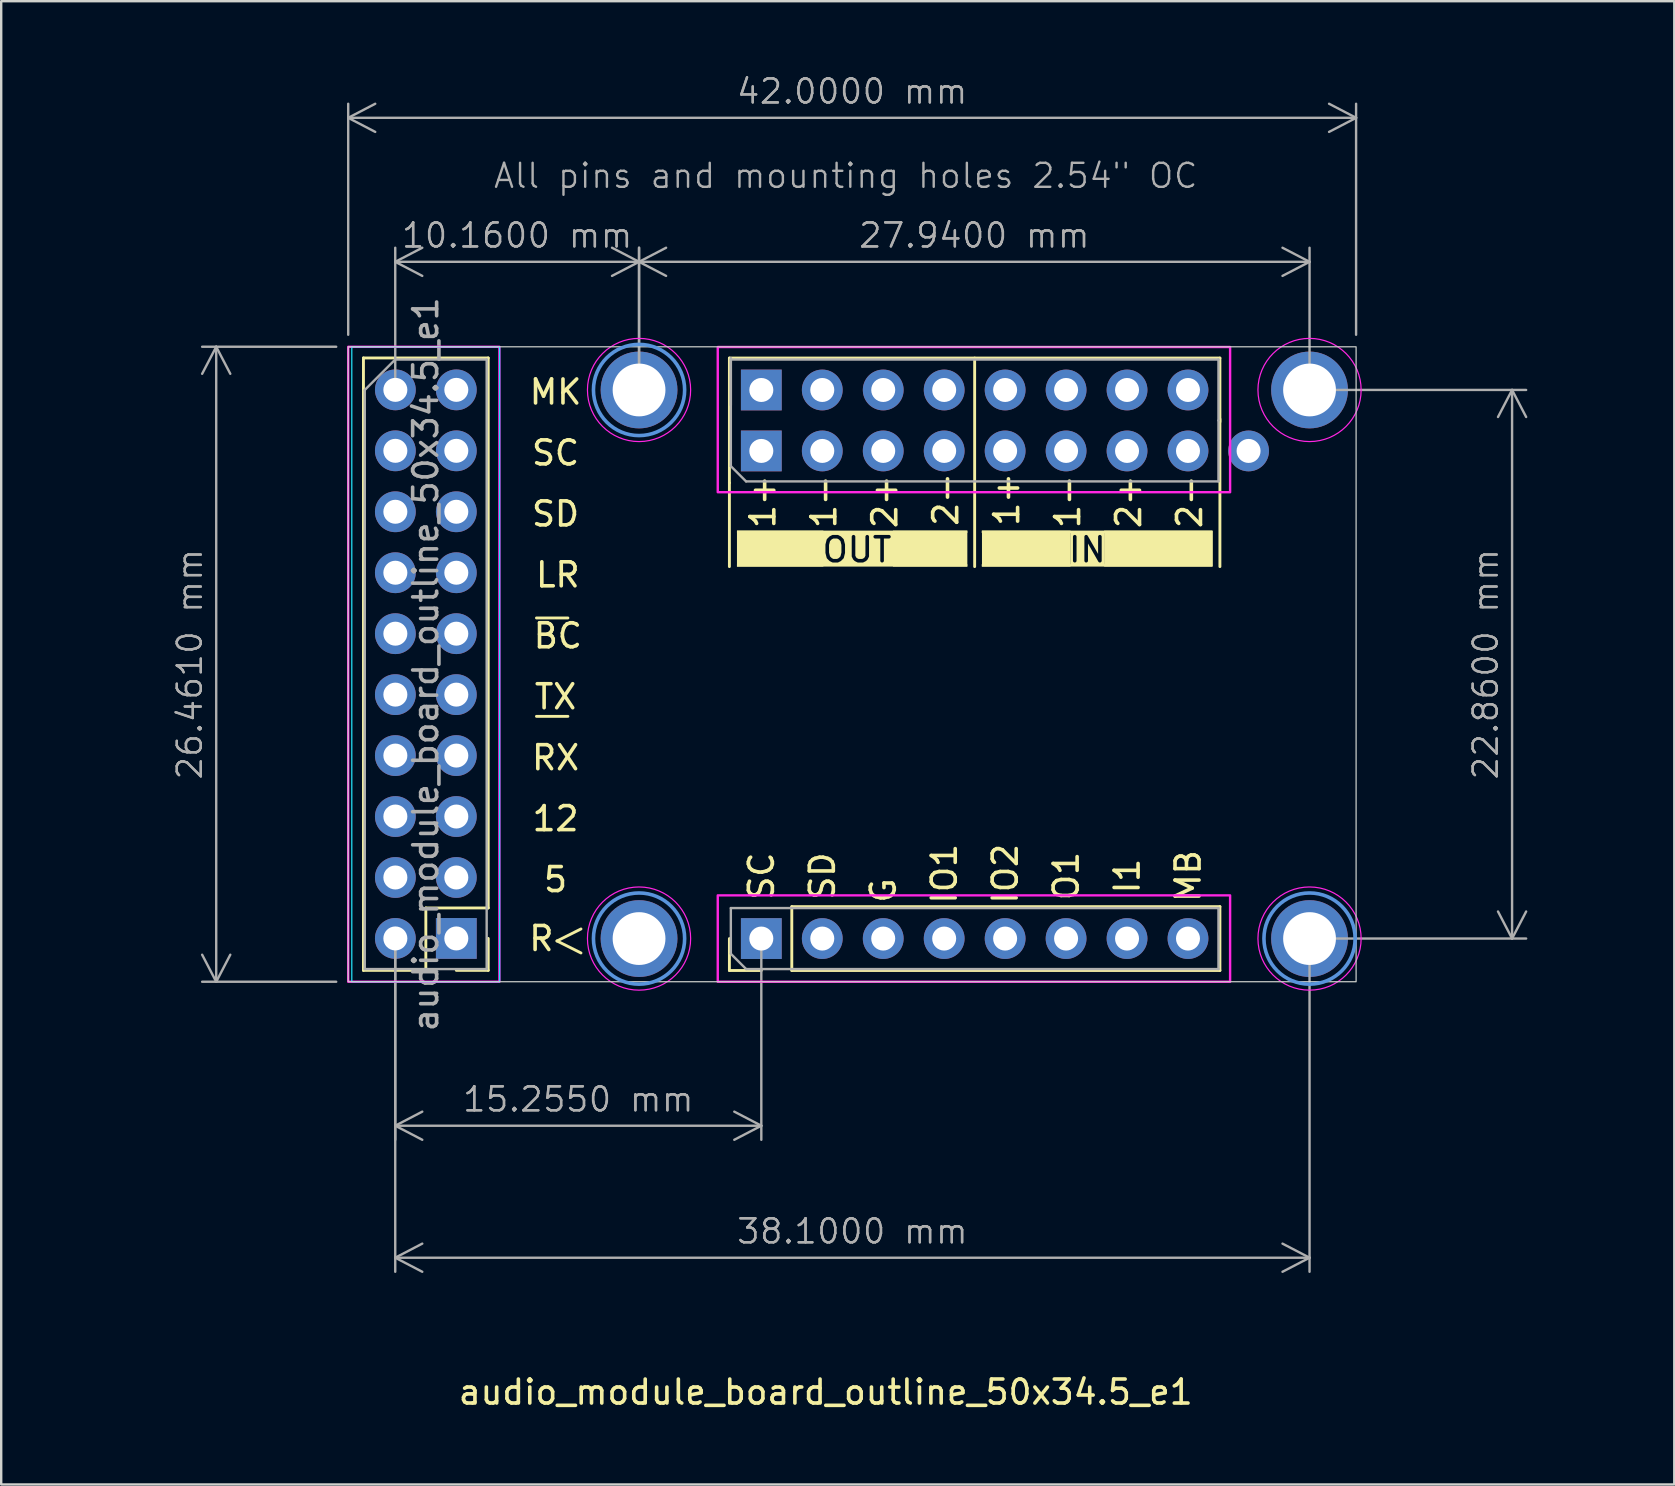
<source format=kicad_pcb>
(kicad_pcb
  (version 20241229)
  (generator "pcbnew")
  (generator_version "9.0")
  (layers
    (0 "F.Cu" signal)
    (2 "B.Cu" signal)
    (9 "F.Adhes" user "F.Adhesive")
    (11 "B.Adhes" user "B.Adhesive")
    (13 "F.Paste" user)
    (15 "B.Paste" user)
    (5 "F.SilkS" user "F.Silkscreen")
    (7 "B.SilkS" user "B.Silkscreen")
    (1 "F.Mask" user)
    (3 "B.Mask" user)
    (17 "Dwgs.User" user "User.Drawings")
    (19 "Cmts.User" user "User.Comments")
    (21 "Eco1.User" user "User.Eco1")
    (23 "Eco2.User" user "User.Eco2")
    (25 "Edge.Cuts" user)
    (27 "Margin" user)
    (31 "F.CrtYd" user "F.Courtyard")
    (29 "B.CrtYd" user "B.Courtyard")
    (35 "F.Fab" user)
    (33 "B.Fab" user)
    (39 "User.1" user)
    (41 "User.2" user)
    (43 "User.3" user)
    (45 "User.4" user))
  (footprint "audio_module_board_outline_50x34.5_e1"
    (layer "F.Cu")
    (at 11.46 37.861)
    (property "Reference" "audio_module_board_outline_50x34.5_e1" (at 19.9 17.1 180) (layer "F.SilkS") (effects (font (size 1 1) (thickness 0.15))))
    (attr through_hole exclude_from_bom)
    (fp_line (start 0.635 -0.475) (end 0.635 -25.995) (stroke (width 0.12) (type solid)) (layer "F.SilkS"))
    (fp_line (start 3.235 -3.075) (end 3.235 -0.475) (stroke (width 0.12) (type solid)) (layer "F.SilkS"))
    (fp_line (start 3.235 -0.475) (end 0.635 -0.475) (stroke (width 0.12) (type solid)) (layer "F.SilkS"))
    (fp_line (start 5.835 -25.995) (end 0.635 -25.995) (stroke (width 0.12) (type solid)) (layer "F.SilkS"))
    (fp_line (start 5.835 -3.075) (end 3.235 -3.075) (stroke (width 0.12) (type solid)) (layer "F.SilkS"))
    (fp_line (start 5.835 -3.075) (end 5.835 -25.995) (stroke (width 0.12) (type solid)) (layer "F.SilkS"))
    (fp_line (start 5.835 -1.805) (end 5.835 -0.475) (stroke (width 0.12) (type solid)) (layer "F.SilkS"))
    (fp_line (start 5.835 -0.475) (end 4.505 -0.475) (stroke (width 0.12) (type solid)) (layer "F.SilkS"))
    (fp_line (start 7.845 -15.16) (end 9.155 -15.16) (stroke (width 0.12) (type solid)) (layer "F.SilkS"))
    (fp_line (start 8.7 -1.7) (end 9.7 -1.2) (stroke (width 0.12) (type solid)) (layer "F.SilkS"))
    (fp_line (start 9.155 -11.06) (end 7.845 -11.06) (stroke (width 0.12) (type solid)) (layer "F.SilkS"))
    (fp_line (start 9.7 -2.2) (end 8.7 -1.7) (stroke (width 0.12) (type solid)) (layer "F.SilkS"))
    (fp_line (start 15.885 -25.99) (end 36.325 -25.99) (stroke (width 0.12) (type solid)) (layer "F.SilkS"))
    (fp_line (start 15.885 -20.79) (end 15.885 -25.99) (stroke (width 0.12) (type solid)) (layer "F.SilkS"))
    (fp_line (start 15.885 -20.79) (end 15.885 -17.3) (stroke (width 0.12) (type solid)) (layer "F.SilkS"))
    (fp_line (start 15.885 -0.47) (end 15.885 -1.8) (stroke (width 0.12) (type solid)) (layer "F.SilkS"))
    (fp_line (start 17.215 -0.47) (end 15.885 -0.47) (stroke (width 0.12) (type solid)) (layer "F.SilkS"))
    (fp_line (start 18.485 -3.13) (end 36.325 -3.13) (stroke (width 0.12) (type solid)) (layer "F.SilkS"))
    (fp_line (start 18.485 -0.47) (end 18.485 -3.13) (stroke (width 0.12) (type solid)) (layer "F.SilkS"))
    (fp_line (start 18.485 -0.47) (end 36.325 -0.47) (stroke (width 0.12) (type solid)) (layer "F.SilkS"))
    (fp_line (start 26.105 -25.99) (end 26.105 -17.3) (stroke (width 0.12) (type solid)) (layer "F.SilkS"))
    (fp_line (start 36.325 -23.33) (end 36.325 -25.99) (stroke (width 0.12) (type solid)) (layer "F.SilkS"))
    (fp_line (start 36.325 -17.3) (end 36.325 -23.45) (stroke (width 0.12) (type solid)) (layer "F.SilkS"))
    (fp_line (start 36.325 -0.47) (end 36.325 -3.13) (stroke (width 0.12) (type solid)) (layer "F.SilkS"))
    (fp_rect (start 16.2 -18.8) (end 19.8 -17.3) (stroke (width 0) (type solid)) (fill yes) (layer "F.SilkS"))
    (fp_rect (start 16.2 -18.8) (end 25.8 -18.7) (stroke (width 0) (type solid)) (fill yes) (layer "F.SilkS"))
    (fp_rect (start 16.2 -17.4) (end 25.8 -17.3) (stroke (width 0) (type solid)) (fill yes) (layer "F.SilkS"))
    (fp_rect (start 22.7 -18.8) (end 25.8 -17.3) (stroke (width 0) (type solid)) (fill yes) (layer "F.SilkS"))
    (fp_rect (start 26.4 -18.8) (end 36 -18.7) (stroke (width 0) (type solid)) (fill yes) (layer "F.SilkS"))
    (fp_rect (start 26.4 -17.4) (end 36 -17.3) (stroke (width 0) (type solid)) (fill yes) (layer "F.SilkS"))
    (fp_rect (start 26.41 -18.8) (end 30.1 -17.3) (stroke (width 0) (type solid)) (fill yes) (layer "F.SilkS"))
    (fp_rect (start 31.5 -18.8) (end 36.03 -17.3) (stroke (width 0) (type solid)) (fill yes) (layer "F.SilkS"))
    (fp_circle (center 12.12 -24.66) (end 14.02 -24.66) (stroke (width 0.15) (type solid)) (fill no) (layer "Cmts.User"))
    (fp_circle (center 12.12 -1.8) (end 14.02 -1.8) (stroke (width 0.15) (type solid)) (fill no) (layer "Cmts.User"))
    (fp_circle (center 40.06 -1.8) (end 41.96 -1.8) (stroke (width 0.15) (type solid)) (fill no) (layer "Cmts.User"))
    (fp_rect (start 0 -26.46) (end 42 0) (stroke (width 0.05) (type default)) (fill no) (layer "Edge.Cuts"))
    (fp_rect (start 0.15 -26.46) (end 6.31 0) (stroke (width 0.05) (type default)) (fill no) (layer "B.CrtYd"))
    (fp_rect (start 0 -26.46) (end 6.3 0) (stroke (width 0.1) (type solid)) (fill no) (layer "F.CrtYd"))
    (fp_rect (start 15.4 -26.45) (end 36.75 -20.4) (stroke (width 0.1) (type solid)) (fill no) (layer "F.CrtYd"))
    (fp_rect (start 15.4 -3.6) (end 36.75 0) (stroke (width 0.1) (type solid)) (fill no) (layer "F.CrtYd"))
    (fp_circle (center 12.12 -24.66) (end 14.27 -24.66) (stroke (width 0.05) (type solid)) (fill no) (layer "F.CrtYd"))
    (fp_circle (center 12.12 -1.8) (end 14.27 -1.8) (stroke (width 0.05) (type solid)) (fill no) (layer "F.CrtYd"))
    (fp_circle (center 40.06 -24.66) (end 42.21 -24.66) (stroke (width 0.05) (type solid)) (fill no) (layer "F.CrtYd"))
    (fp_circle (center 40.06 -1.8) (end 42.21 -1.8) (stroke (width 0.05) (type solid)) (fill no) (layer "F.CrtYd"))
    (fp_line (start 0.69 -24.66) (end 1.96 -25.93) (stroke (width 0.1) (type solid)) (layer "F.Fab"))
    (fp_line (start 0.69 -0.53) (end 0.69 -24.66) (stroke (width 0.1) (type solid)) (layer "F.Fab"))
    (fp_line (start 1.96 -25.93) (end 5.77 -25.93) (stroke (width 0.1) (type solid)) (layer "F.Fab"))
    (fp_line (start 5.77 -25.93) (end 5.77 -0.53) (stroke (width 0.1) (type solid)) (layer "F.Fab"))
    (fp_line (start 5.77 -0.53) (end 0.69 -0.53) (stroke (width 0.1) (type solid)) (layer "F.Fab"))
    (fp_line (start 15.945 -25.93) (end 36.265 -25.93) (stroke (width 0.1) (type solid)) (layer "F.Fab"))
    (fp_line (start 15.945 -24.025) (end 15.945 -25.93) (stroke (width 0.1) (type solid)) (layer "F.Fab"))
    (fp_line (start 15.945 -21.485) (end 15.945 -25.99) (stroke (width 0.1) (type solid)) (layer "F.Fab"))
    (fp_line (start 15.945 -3.07) (end 36.265 -3.07) (stroke (width 0.1) (type solid)) (layer "F.Fab"))
    (fp_line (start 15.945 -1.165) (end 15.945 -3.07) (stroke (width 0.1) (type solid)) (layer "F.Fab"))
    (fp_line (start 16.58 -20.85) (end 15.945 -21.485) (stroke (width 0.1) (type solid)) (layer "F.Fab"))
    (fp_line (start 16.58 -0.53) (end 15.945 -1.165) (stroke (width 0.1) (type solid)) (layer "F.Fab"))
    (fp_line (start 36.265 -25.93) (end 36.265 -23.39) (stroke (width 0.1) (type solid)) (layer "F.Fab"))
    (fp_line (start 36.265 -23.39) (end 36.265 -20.85) (stroke (width 0.1) (type solid)) (layer "F.Fab"))
    (fp_line (start 36.265 -20.85) (end 16.58 -20.85) (stroke (width 0.1) (type solid)) (layer "F.Fab"))
    (fp_line (start 36.265 -3.07) (end 36.265 -0.53) (stroke (width 0.1) (type solid)) (layer "F.Fab"))
    (fp_line (start 36.265 -0.53) (end 16.58 -0.53) (stroke (width 0.1) (type solid)) (layer "F.Fab"))
    (fp_text user "MB" (at 35 -4.405 90) (unlocked yes) (layer "F.SilkS") (effects (font (size 1 1) (thickness 0.15))))
    (fp_text user "I1" (at 32.46 -4.405 90) (unlocked yes) (layer "F.SilkS") (effects (font (size 1 1) (thickness 0.15))))
    (fp_text user "IO2" (at 27.38 -4.5 90) (unlocked yes) (layer "F.SilkS") (effects (font (size 1 1) (thickness 0.15))))
    (fp_text user "SD" (at 8.64 -19.495 0) (unlocked yes) (layer "F.SilkS") (effects (font (size 1 1) (thickness 0.15))))
    (fp_text user "2-" (at 35.06 -20.005 90) (unlocked yes) (layer "F.SilkS") (effects (font (size 1 1) (thickness 0.15))))
    (fp_text user "2+" (at 32.52 -20.005 90) (unlocked yes) (layer "F.SilkS") (effects (font (size 1 1) (thickness 0.15))))
    (fp_text user "RX" (at 8.64 -9.335 0) (unlocked yes) (layer "F.SilkS") (effects (font (size 1 1) (thickness 0.15))))
    (fp_text user "TX" (at 8.64 -11.875 0) (unlocked yes) (layer "F.SilkS") (effects (font (size 1 1) (thickness 0.15))))
    (fp_text user "SD" (at 19.76 -4.405 90) (unlocked yes) (layer "F.SilkS") (effects (font (size 1 1) (thickness 0.15))))
    (fp_text user "1+" (at 27.44 -20.1 90) (unlocked yes) (layer "F.SilkS") (effects (font (size 1 1) (thickness 0.15))))
    (fp_text user "LR" (at 8.735 -16.955 0) (unlocked yes) (layer "F.SilkS") (effects (font (size 1 1) (thickness 0.15))))
    (fp_text user "2+" (at 22.36 -20.005 90) (unlocked yes) (layer "F.SilkS") (effects (font (size 1 1) (thickness 0.15))))
    (fp_text user "IO1" (at 24.84 -4.5 90) (unlocked yes) (layer "F.SilkS") (effects (font (size 1 1) (thickness 0.15))))
    (fp_text user "MK" (at 8.64 -24.575 0) (unlocked yes) (layer "F.SilkS") (effects (font (size 1 1) (thickness 0.15))))
    (fp_text user "OUT" (at 21.2 -18 0) (unlocked yes) (layer "F.SilkS" knockout) (effects (font (size 1 1) (thickness 0.15))))
    (fp_text user "G" (at 22.3 -3.805 90) (unlocked yes) (layer "F.SilkS") (effects (font (size 1 1) (thickness 0.15))))
    (fp_text user "1-" (at 29.98 -20.005 90) (unlocked yes) (layer "F.SilkS") (effects (font (size 1 1) (thickness 0.15))))
    (fp_text user "SC" (at 8.64 -22.035 0) (unlocked yes) (layer "F.SilkS") (effects (font (size 1 1) (thickness 0.15))))
    (fp_text user "O1" (at 29.92 -4.405 90) (unlocked yes) (layer "F.SilkS") (effects (font (size 1 1) (thickness 0.15))))
    (fp_text user "R" (at 8.05 -1.8 0) (unlocked yes) (layer "F.SilkS") (effects (font (size 1 1) (thickness 0.15))))
    (fp_text user "SC" (at 17.22 -4.405 90) (unlocked yes) (layer "F.SilkS") (effects (font (size 1 1) (thickness 0.15))))
    (fp_text user "IN" (at 30.8 -18 0) (unlocked yes) (layer "F.SilkS" knockout) (effects (font (size 1 1) (thickness 0.15))))
    (fp_text user "1-" (at 19.82 -20.005 90) (unlocked yes) (layer "F.SilkS") (effects (font (size 1 1) (thickness 0.15))))
    (fp_text user "2-" (at 24.9 -20.1 90) (unlocked yes) (layer "F.SilkS") (effects (font (size 1 1) (thickness 0.15))))
    (fp_text user "5" (at 8.64 -4.255 0) (unlocked yes) (layer "F.SilkS") (effects (font (size 1 1) (thickness 0.15))))
    (fp_text user "12" (at 8.64 -6.795 0) (unlocked yes) (layer "F.SilkS") (effects (font (size 1 1) (thickness 0.15))))
    (fp_text user "1+" (at 17.28 -20.005 90) (unlocked yes) (layer "F.SilkS") (effects (font (size 1 1) (thickness 0.15))))
    (fp_text user "BC" (at 8.735 -14.415 0) (unlocked yes) (layer "F.SilkS") (effects (font (size 1 1) (thickness 0.15))))
    (fp_text user "${REFERENCE}" (at 3.23 -13.23 90) (layer "F.Fab") (effects (font (size 1 1) (thickness 0.15))))
    (fp_text user "All pins and mounting holes 2.54\" OC" (at 6 -33 0) (unlocked yes) (layer "F.Fab") (effects (font (size 1 1) (thickness 0.1)) (justify left bottom)))
    (dimension (type orthogonal) (layer "F.Fab") (pts (xy 13.42 36.06) (xy 51.52 36.06)) (height 13.3) (orientation 0) (format (prefix "") (suffix "") (units 3) (units_format 1) (precision 4)) (style (thickness 0.1) (arrow_length 1.27) (text_position_mode 0) (arrow_direction outward) (extension_height 0.586) (extension_offset 0.5) (keep_text_aligned yes)) (gr_text "38.1000 mm" (at 32.47 48.261 0) (layer "F.Fab") (effects (font (size 1 1) (thickness 0.1)))))
    (dimension (type orthogonal) (layer "F.Fab") (pts (xy 11.46 11.4) (xy 53.46 11.4)) (height -9.54) (orientation 0) (format (prefix "") (suffix "") (units 3) (units_format 1) (precision 4)) (style (thickness 0.1) (arrow_length 1.27) (text_position_mode 0) (arrow_direction outward) (extension_height 0.586) (extension_offset 0.5) (keep_text_aligned yes)) (gr_text "42.0000 mm" (at 32.46 0.76 0) (layer "F.Fab") (effects (font (size 1 1) (thickness 0.1)))))
    (dimension (type orthogonal) (layer "F.Fab") (pts (xy 23.58 13.2) (xy 51.52 13.2)) (height -5.34) (orientation 0) (format (prefix "") (suffix "") (units 3) (units_format 1) (precision 4)) (style (thickness 0.1) (arrow_length 1.27) (text_position_mode 0) (arrow_direction outward) (extension_height 0.586) (extension_offset 0.5) (keep_text_aligned yes)) (gr_text "27.9400 mm" (at 37.55 6.761 0) (layer "F.Fab") (effects (font (size 1 1) (thickness 0.1)))))
    (dimension (type orthogonal) (layer "F.Fab") (pts (xy 51.52 13.2) (xy 51.52 36.06)) (height 8.44) (orientation 1) (format (prefix "") (suffix "") (units 3) (units_format 1) (precision 4)) (style (thickness 0.1) (arrow_length 1.27) (text_position_mode 0) (arrow_direction outward) (extension_height 0.586) (extension_offset 0.5) (keep_text_aligned yes)) (gr_text "22.8600 mm" (at 58.86 24.631 90) (layer "F.Fab") (effects (font (size 1 1) (thickness 0.1)))))
    (dimension (type orthogonal) (layer "F.Fab") (pts (xy 13.42 36.06) (xy 28.675 36.06)) (height 7.8) (orientation 0) (format (prefix "") (suffix "") (units 3) (units_format 1) (precision 4)) (style (thickness 0.1) (arrow_length 1.27) (text_position_mode 0) (arrow_direction outward) (extension_height 0.586) (extension_offset 0.5) (keep_text_aligned yes)) (gr_text "15.2550 mm" (at 21.047 42.761 0) (layer "F.Fab") (effects (font (size 1 1) (thickness 0.1)))))
    (dimension (type orthogonal) (layer "F.Fab") (pts (xy 11.46 11.4) (xy 11.46 37.861)) (height -5.5) (orientation 1) (format (prefix "") (suffix "") (units 3) (units_format 1) (precision 4)) (style (thickness 0.1) (arrow_length 1.27) (text_position_mode 0) (arrow_direction outward) (extension_height 0.586) (extension_offset 0.5) (keep_text_aligned yes)) (gr_text "26.4600 mm" (at 4.86 24.631 90) (layer "F.Fab") (effects (font (size 1 1) (thickness 0.1)))))
    (dimension (type orthogonal) (layer "F.Fab") (pts (xy 13.42 13.2) (xy 23.58 13.2)) (height -5.34) (orientation 0) (format (prefix "") (suffix "") (units 3) (units_format 1) (precision 4)) (style (thickness 0.1) (arrow_length 1.27) (text_position_mode 0) (arrow_direction outward) (extension_height 0.586) (extension_offset 0.5) (keep_text_aligned yes)) (gr_text "10.1600 mm" (at 18.5 6.761 0) (layer "F.Fab") (effects (font (size 1 1) (thickness 0.1)))))
    (pad "1" thru_hole rect (at 4.505 -1.805 180) (size 1.7 1.7) (drill 1) (layers "*.Cu" "*.Mask"))
    (pad "2" thru_hole oval (at 1.965 -1.805 180) (size 1.7 1.7) (drill 1) (layers "*.Cu" "*.Mask"))
    (pad "3" thru_hole oval (at 4.505 -4.345 180) (size 1.7 1.7) (drill 1) (layers "*.Cu" "*.Mask"))
    (pad "4" thru_hole oval (at 1.965 -4.345 180) (size 1.7 1.7) (drill 1) (layers "*.Cu" "*.Mask"))
    (pad "5" thru_hole oval (at 4.505 -6.885 180) (size 1.7 1.7) (drill 1) (layers "*.Cu" "*.Mask"))
    (pad "6" thru_hole oval (at 1.965 -6.885 180) (size 1.7 1.7) (drill 1) (layers "*.Cu" "*.Mask"))
    (pad "7" thru_hole oval (at 4.505 -9.425 180) (size 1.7 1.7) (drill 1) (layers "*.Cu" "*.Mask"))
    (pad "8" thru_hole oval (at 1.965 -9.425 180) (size 1.7 1.7) (drill 1) (layers "*.Cu" "*.Mask"))
    (pad "9" thru_hole oval (at 4.505 -11.965 180) (size 1.7 1.7) (drill 1) (layers "*.Cu" "*.Mask"))
    (pad "10" thru_hole oval (at 1.965 -11.965 180) (size 1.7 1.7) (drill 1) (layers "*.Cu" "*.Mask"))
    (pad "11" thru_hole oval (at 4.505 -14.505 180) (size 1.7 1.7) (drill 1) (layers "*.Cu" "*.Mask"))
    (pad "12" thru_hole oval (at 1.965 -14.505 90) (size 1.7 1.7) (drill 1) (layers "*.Cu" "*.Mask"))
    (pad "13" thru_hole oval (at 4.505 -17.045 180) (size 1.7 1.7) (drill 1) (layers "*.Cu" "*.Mask"))
    (pad "14" thru_hole oval (at 1.965 -17.045 180) (size 1.7 1.7) (drill 1) (layers "*.Cu" "*.Mask"))
    (pad "15" thru_hole oval (at 4.505 -19.585 180) (size 1.7 1.7) (drill 1) (layers "*.Cu" "*.Mask"))
    (pad "16" thru_hole oval (at 1.965 -19.585 180) (size 1.7 1.7) (drill 1) (layers "*.Cu" "*.Mask"))
    (pad "17" thru_hole oval (at 4.505 -22.125 180) (size 1.7 1.7) (drill 1) (layers "*.Cu" "*.Mask"))
    (pad "18" thru_hole oval (at 1.965 -22.125 180) (size 1.7 1.7) (drill 1) (layers "*.Cu" "*.Mask"))
    (pad "19" thru_hole oval (at 4.505 -24.665 180) (size 1.7 1.7) (drill 1) (layers "*.Cu" "*.Mask"))
    (pad "20" thru_hole oval (at 1.965 -24.665 180) (size 1.7 1.7) (drill 1) (layers "*.Cu" "*.Mask"))
    (pad "21" thru_hole rect (at 17.215 -22.12 90) (size 1.7 1.7) (drill 1) (layers "*.Cu" "*.Mask"))
    (pad "22" thru_hole rect (at 17.215 -24.66 90) (size 1.7 1.7) (drill 1) (layers "*.Cu" "*.Mask"))
    (pad "23" thru_hole oval (at 19.755 -22.12 90) (size 1.7 1.7) (drill 1) (layers "*.Cu" "*.Mask"))
    (pad "24" thru_hole oval (at 19.755 -24.66 90) (size 1.7 1.7) (drill 1) (layers "*.Cu" "*.Mask"))
    (pad "25" thru_hole oval (at 22.295 -22.12 90) (size 1.7 1.7) (drill 1) (layers "*.Cu" "*.Mask"))
    (pad "26" thru_hole oval (at 22.295 -24.66 90) (size 1.7 1.7) (drill 1) (layers "*.Cu" "*.Mask"))
    (pad "27" thru_hole oval (at 24.835 -22.12 90) (size 1.7 1.7) (drill 1) (layers "*.Cu" "*.Mask"))
    (pad "28" thru_hole oval (at 24.835 -24.66 90) (size 1.7 1.7) (drill 1) (layers "*.Cu" "*.Mask"))
    (pad "29" thru_hole oval (at 27.375 -22.12 90) (size 1.7 1.7) (drill 1) (layers "*.Cu" "*.Mask"))
    (pad "30" thru_hole oval (at 27.375 -24.66 90) (size 1.7 1.7) (drill 1) (layers "*.Cu" "*.Mask"))
    (pad "31" thru_hole oval (at 29.915 -22.12 90) (size 1.7 1.7) (drill 1) (layers "*.Cu" "*.Mask"))
    (pad "32" thru_hole oval (at 29.915 -24.66 90) (size 1.7 1.7) (drill 1) (layers "*.Cu" "*.Mask"))
    (pad "33" thru_hole oval (at 32.455 -22.12 90) (size 1.7 1.7) (drill 1) (layers "*.Cu" "*.Mask"))
    (pad "34" thru_hole oval (at 32.455 -24.66 90) (size 1.7 1.7) (drill 1) (layers "*.Cu" "*.Mask"))
    (pad "35" thru_hole oval (at 34.995 -22.12 90) (size 1.7 1.7) (drill 1) (layers "*.Cu" "*.Mask"))
    (pad "36" thru_hole oval (at 34.995 -24.66 90) (size 1.7 1.7) (drill 1) (layers "*.Cu" "*.Mask"))
    (pad "37" thru_hole rect (at 17.215 -1.8 90) (size 1.7 1.7) (drill 1) (layers "*.Cu" "*.Mask"))
    (pad "38" thru_hole oval (at 19.755 -1.8 90) (size 1.7 1.7) (drill 1) (layers "*.Cu" "*.Mask"))
    (pad "39" thru_hole oval (at 22.295 -1.8 90) (size 1.7 1.7) (drill 1) (layers "*.Cu" "*.Mask"))
    (pad "40" thru_hole oval (at 24.835 -1.8 90) (size 1.7 1.7) (drill 1) (layers "*.Cu" "*.Mask"))
    (pad "41" thru_hole oval (at 27.375 -1.8 90) (size 1.7 1.7) (drill 1) (layers "*.Cu" "*.Mask"))
    (pad "42" thru_hole oval (at 29.915 -1.8 90) (size 1.7 1.7) (drill 1) (layers "*.Cu" "*.Mask"))
    (pad "43" thru_hole oval (at 32.455 -1.8 90) (size 1.7 1.7) (drill 1) (layers "*.Cu" "*.Mask"))
    (pad "44" thru_hole oval (at 34.995 -1.8 90) (size 1.7 1.7) (drill 1) (layers "*.Cu" "*.Mask"))
    (pad "48" thru_hole oval (at 37.52 -22.12 90) (size 1.7 1.7) (drill 1) (layers "*.Cu" "*.Mask"))
    (pad "49" thru_hole circle (at 12.12 -24.66) (size 3.2 3.2) (drill 2.2) (layers "*.Cu" "*.Mask"))
    (pad "50" thru_hole circle (at 40.06 -24.66) (size 3.2 3.2) (drill 2.2) (layers "*.Cu" "*.Mask"))
    (pad "51" thru_hole circle (at 12.12 -1.8) (size 3.2 3.2) (drill 2.2) (layers "*.Cu" "*.Mask"))
    (pad "52" thru_hole circle (at 40.06 -1.8) (size 3.2 3.2) (drill 2.2) (layers "*.Cu" "*.Mask")))
  (gr_rect
    (start -3 -3)
    (end 66.719 58.809)
    (stroke (width 0.1) (type default))
    (fill no)
    (layer "Edge.Cuts")))
</source>
